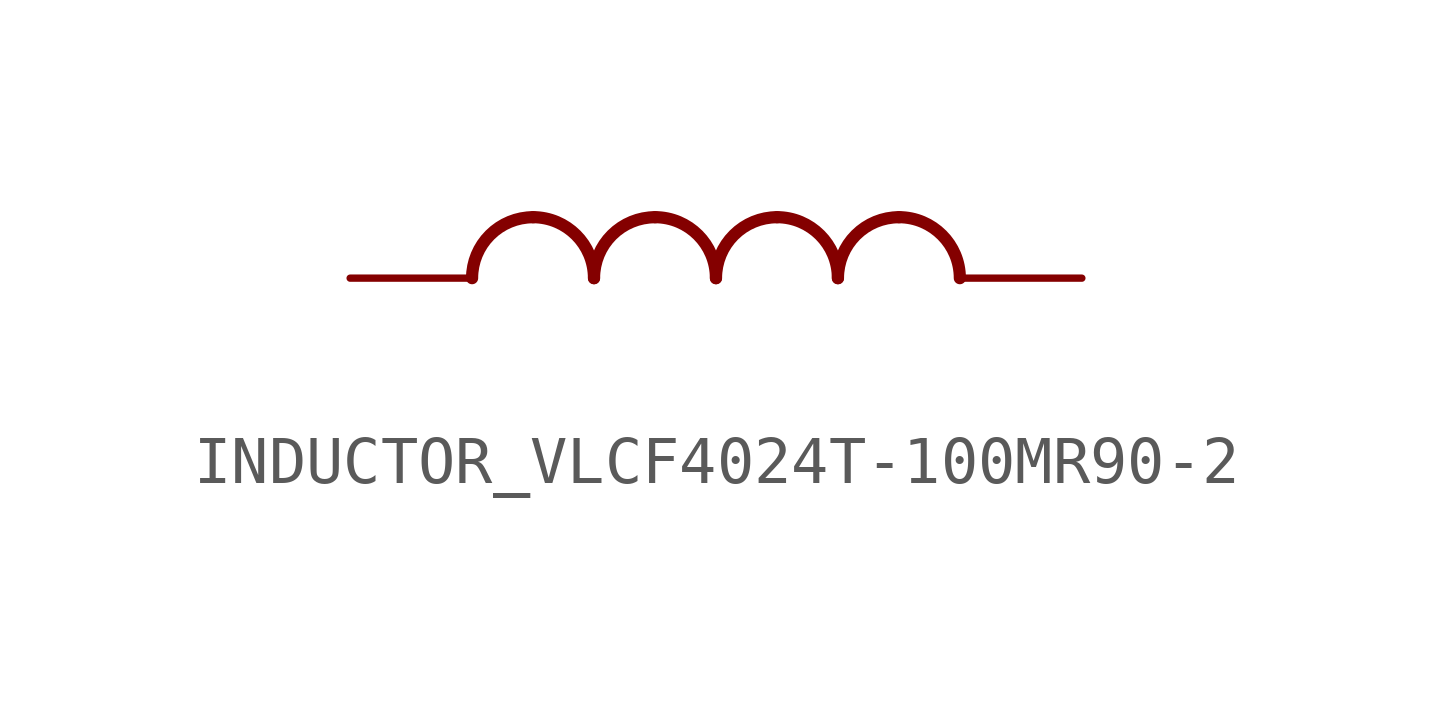
<source format=kicad_sym>
(kicad_symbol_lib
  (version 20231120)
  (generator "kicad_symbol_editor")
  (generator_version "8.0")
  (symbol "INDUCTOR_VLCF4024T-100MR90-2"
    (property "Reference" ""
      (at 2.54 5.08 0)
      (effects (font (size 1.27 1.079)) (justify left bottom) (hide yes)))
    (property "Value" ""
      (at 2.54 0 0)
      (effects (font (size 1.27 1.079)) (justify left bottom)))
    (property "ki_locked" ""
      (at 0 0 0)
      (effects (font (size 1.27 1.27))))
    (symbol "INDUCTOR_VLCF4024T-100MR90-2_1_0"
      (arc (start 1.27 3.81) (mid 0.372 3.438) (end 0 2.54) (stroke (width 0.254) (type solid)) (fill (type none)))
      (arc (start 2.54 2.54) (mid 2.168 3.438) (end 1.27 3.81) (stroke (width 0.254) (type solid)) (fill (type none)))
      (arc (start 3.81 3.81) (mid 2.912 3.438) (end 2.54 2.54) (stroke (width 0.254) (type solid)) (fill (type none)))
      (arc (start 5.08 2.54) (mid 4.708 3.438) (end 3.81 3.81) (stroke (width 0.254) (type solid)) (fill (type none)))
      (arc (start 6.35 3.81) (mid 5.452 3.438) (end 5.08 2.54) (stroke (width 0.254) (type solid)) (fill (type none)))
      (arc (start 7.62 2.54) (mid 7.248 3.438) (end 6.35 3.81) (stroke (width 0.254) (type solid)) (fill (type none)))
      (arc (start 8.89 3.81) (mid 7.992 3.438) (end 7.62 2.54) (stroke (width 0.254) (type solid)) (fill (type none)))
      (arc (start 10.16 2.54) (mid 9.788 3.438) (end 8.89 3.81) (stroke (width 0.254) (type solid)) (fill (type none)))
      (pin passive line (at -2.54 2.54 0) (length 2.54) (name "1" (effects (font (size 0 0)))) (number "1" (effects (font (size 0 0)))))
      (pin passive line (at 12.7 2.54 180) (length 2.54) (name "2" (effects (font (size 0 0)))) (number "2" (effects (font (size 0 0))))))))
</source>
